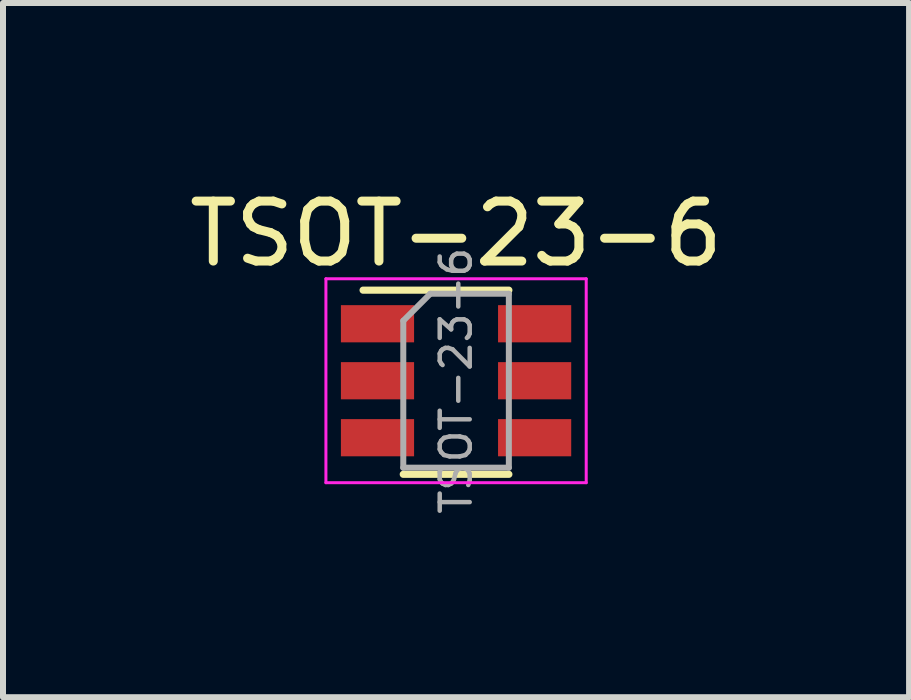
<source format=kicad_pcb>
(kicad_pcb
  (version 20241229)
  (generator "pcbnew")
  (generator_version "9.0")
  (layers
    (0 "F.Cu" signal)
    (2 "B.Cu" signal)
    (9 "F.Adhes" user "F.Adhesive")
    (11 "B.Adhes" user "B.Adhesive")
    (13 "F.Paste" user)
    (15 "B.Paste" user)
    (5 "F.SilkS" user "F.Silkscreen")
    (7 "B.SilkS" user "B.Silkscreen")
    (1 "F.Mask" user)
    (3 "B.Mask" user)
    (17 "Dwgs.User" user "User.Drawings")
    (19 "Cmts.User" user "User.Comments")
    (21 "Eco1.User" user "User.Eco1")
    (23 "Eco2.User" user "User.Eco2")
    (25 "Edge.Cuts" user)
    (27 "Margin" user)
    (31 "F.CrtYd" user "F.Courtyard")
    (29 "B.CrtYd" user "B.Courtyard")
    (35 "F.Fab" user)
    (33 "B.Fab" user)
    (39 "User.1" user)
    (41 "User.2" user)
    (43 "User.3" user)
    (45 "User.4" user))
  (footprint "TSOT-23-6"
    (layer "F.Cu")
    (at 4.554 3.298)
    (property "Reference" "TSOT-23-6" (at 0 -2.45 0) (layer "F.SilkS") (effects (font (size 1 1) (thickness 0.15))))
    (attr smd)
    (fp_line (start -0.88 1.56) (end 0.88 1.56) (stroke (width 0.12) (type solid)) (layer "F.SilkS"))
    (fp_line (start 0.88 -1.51) (end -1.55 -1.51) (stroke (width 0.12) (type solid)) (layer "F.SilkS"))
    (fp_line (start -2.17 -1.7) (end -2.17 1.7) (stroke (width 0.05) (type solid)) (layer "F.CrtYd"))
    (fp_line (start -2.17 -1.7) (end 2.17 -1.7) (stroke (width 0.05) (type solid)) (layer "F.CrtYd"))
    (fp_line (start 2.17 1.7) (end -2.17 1.7) (stroke (width 0.05) (type solid)) (layer "F.CrtYd"))
    (fp_line (start 2.17 1.7) (end 2.17 -1.7) (stroke (width 0.05) (type solid)) (layer "F.CrtYd"))
    (fp_line (start -0.88 -1) (end -0.88 1.45) (stroke (width 0.1) (type solid)) (layer "F.Fab"))
    (fp_line (start -0.88 -1) (end -0.43 -1.45) (stroke (width 0.1) (type solid)) (layer "F.Fab"))
    (fp_line (start 0.88 -1.45) (end -0.43 -1.45) (stroke (width 0.1) (type solid)) (layer "F.Fab"))
    (fp_line (start 0.88 -1.45) (end 0.88 1.45) (stroke (width 0.1) (type solid)) (layer "F.Fab"))
    (fp_line (start 0.88 1.45) (end -0.88 1.45) (stroke (width 0.1) (type solid)) (layer "F.Fab"))
    (fp_text user "${REFERENCE}" (at 0 0 90) (layer "F.Fab") (effects (font (size 0.5 0.5) (thickness 0.075))))
    (pad "1" smd rect (at -1.31 -0.95) (size 1.22 0.62) (layers "F.Cu" "F.Mask" "F.Paste"))
    (pad "2" smd rect (at -1.31 0) (size 1.22 0.62) (layers "F.Cu" "F.Mask" "F.Paste"))
    (pad "3" smd rect (at -1.31 0.95) (size 1.22 0.62) (layers "F.Cu" "F.Mask" "F.Paste"))
    (pad "4" smd rect (at 1.31 0.95) (size 1.22 0.62) (layers "F.Cu" "F.Mask" "F.Paste"))
    (pad "5" smd rect (at 1.31 0) (size 1.22 0.62) (layers "F.Cu" "F.Mask" "F.Paste"))
    (pad "6" smd rect (at 1.31 -0.95) (size 1.22 0.62) (layers "F.Cu" "F.Mask" "F.Paste")))
  (gr_rect
    (start -3 -3)
    (end 12.107 8.575)
    (stroke (width 0.1) (type default))
    (fill no)
    (layer "Edge.Cuts")))
</source>
